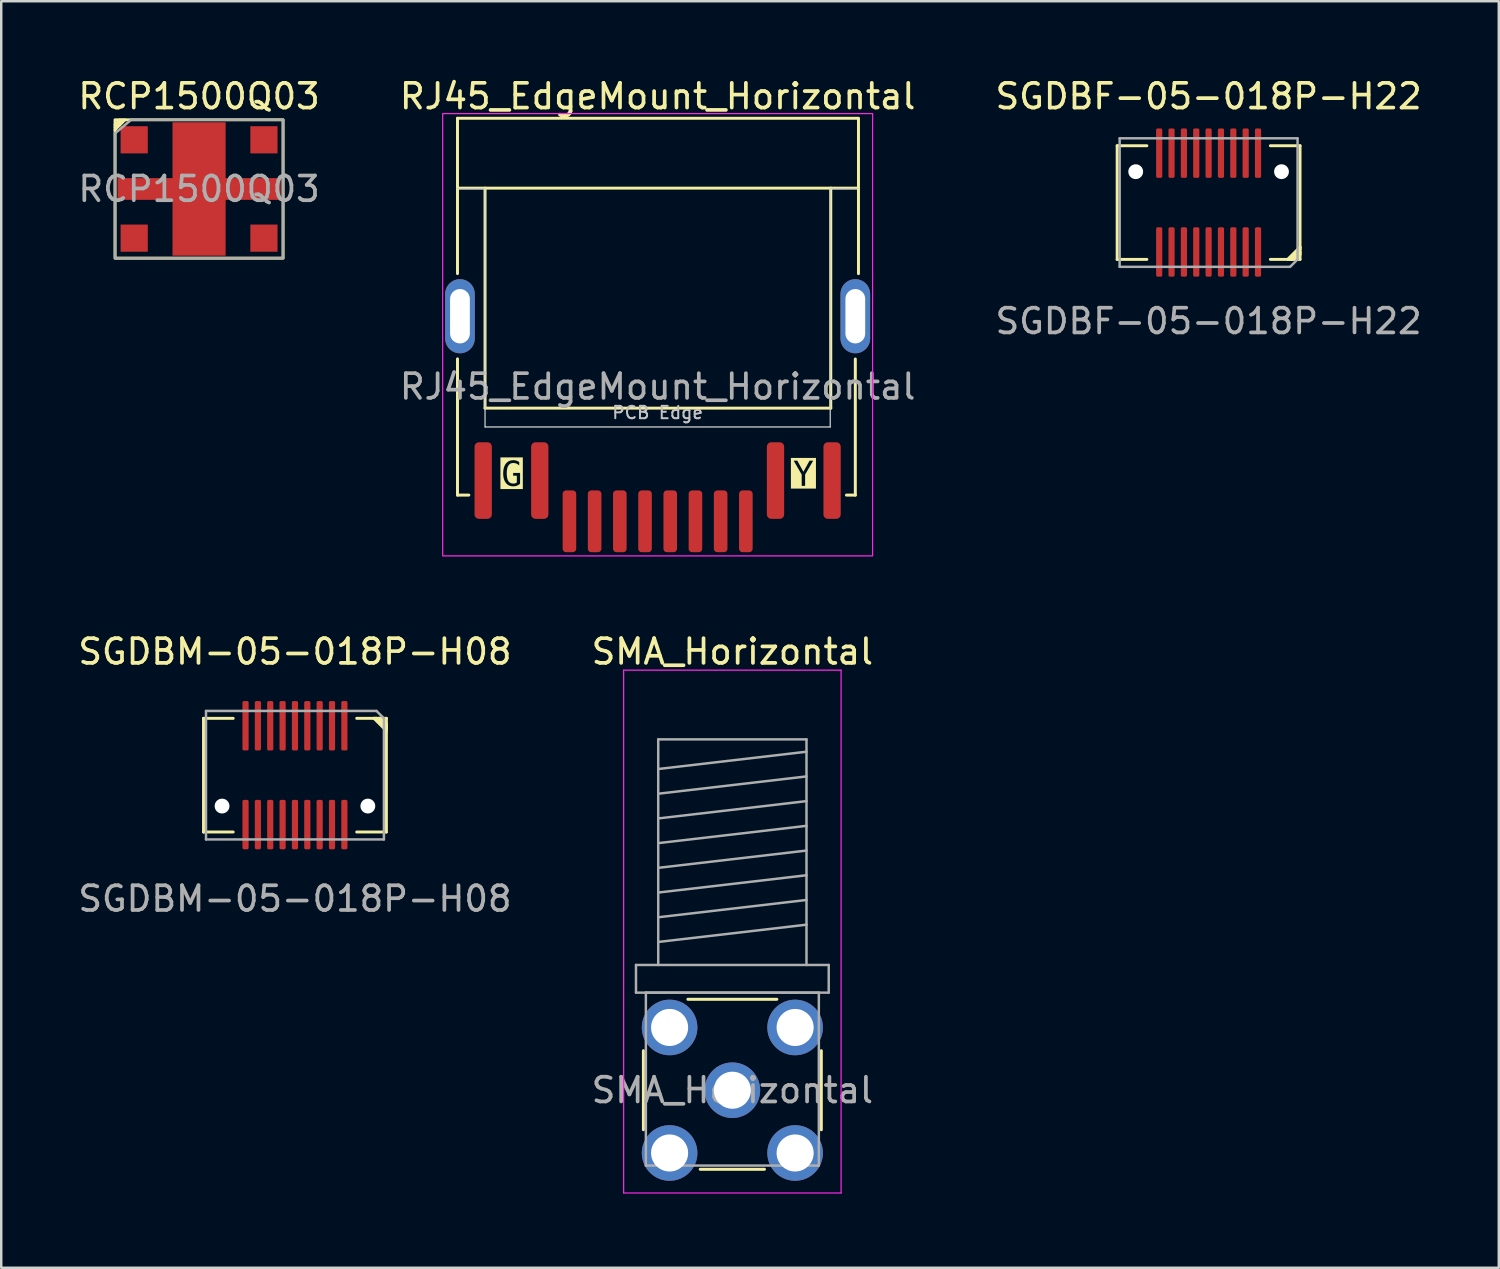
<source format=kicad_pcb>
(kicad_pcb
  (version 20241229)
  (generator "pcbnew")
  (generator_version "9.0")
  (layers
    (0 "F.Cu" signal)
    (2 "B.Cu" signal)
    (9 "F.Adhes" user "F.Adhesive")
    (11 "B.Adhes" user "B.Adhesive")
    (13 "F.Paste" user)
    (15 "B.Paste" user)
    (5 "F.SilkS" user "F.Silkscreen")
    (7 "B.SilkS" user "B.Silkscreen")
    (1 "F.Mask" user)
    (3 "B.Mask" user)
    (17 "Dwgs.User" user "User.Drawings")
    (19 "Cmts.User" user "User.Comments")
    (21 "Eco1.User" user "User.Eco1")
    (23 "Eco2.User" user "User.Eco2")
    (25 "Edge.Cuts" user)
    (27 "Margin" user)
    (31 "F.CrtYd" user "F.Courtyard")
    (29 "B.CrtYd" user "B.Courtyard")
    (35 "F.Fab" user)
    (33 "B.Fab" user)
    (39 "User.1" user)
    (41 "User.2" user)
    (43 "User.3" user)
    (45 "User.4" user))
  (footprint "SMA_Horizontal"
    (layer "F.Cu")
    (at 26.589 41.072)
    (property "Reference" "SMA_Horizontal" (at 0 -17.75 0) (unlocked yes) (layer "F.SilkS") (effects (font (size 1 1) (thickness 0.15))))
    (attr through_hole)
    (fp_line (start -3.6 -1.6) (end -3.6 1.6) (stroke (width 0.12) (type solid)) (layer "F.SilkS"))
    (fp_line (start -1.8 -3.68) (end 1.8 -3.68) (stroke (width 0.12) (type solid)) (layer "F.SilkS"))
    (fp_line (start -1.3 3.2) (end 1.3 3.2) (stroke (width 0.12) (type solid)) (layer "F.SilkS"))
    (fp_line (start 3.6 -1.6) (end 3.6 1.6) (stroke (width 0.12) (type solid)) (layer "F.SilkS"))
    (fp_line (start -4.4 -17) (end -4.4 4.16) (stroke (width 0.05) (type solid)) (layer "F.CrtYd"))
    (fp_line (start -4.4 -17) (end 4.4 -17) (stroke (width 0.05) (type solid)) (layer "F.CrtYd"))
    (fp_line (start 4.4 4.16) (end -4.4 4.16) (stroke (width 0.05) (type solid)) (layer "F.CrtYd"))
    (fp_line (start 4.4 4.16) (end 4.4 -17) (stroke (width 0.05) (type solid)) (layer "F.CrtYd"))
    (fp_line (start -3.9 -5.07) (end -3.9 -3.95) (stroke (width 0.1) (type solid)) (layer "F.Fab"))
    (fp_line (start -3.9 -3.95) (end 3.9 -3.95) (stroke (width 0.1) (type solid)) (layer "F.Fab"))
    (fp_line (start -3.5 -3.95) (end -3.5 3.05) (stroke (width 0.1) (type solid)) (layer "F.Fab"))
    (fp_line (start -3.5 -3.95) (end 3.5 -3.95) (stroke (width 0.1) (type solid)) (layer "F.Fab"))
    (fp_line (start -3.5 3.05) (end 3.5 3.05) (stroke (width 0.1) (type solid)) (layer "F.Fab"))
    (fp_line (start -3 -14.2) (end -3 -5.07) (stroke (width 0.1) (type solid)) (layer "F.Fab"))
    (fp_line (start -3 -14.2) (end 3 -14.2) (stroke (width 0.1) (type solid)) (layer "F.Fab"))
    (fp_line (start -3 -13) (end 3 -13.7) (stroke (width 0.1) (type solid)) (layer "F.Fab"))
    (fp_line (start -3 -12) (end 3 -12.7) (stroke (width 0.1) (type solid)) (layer "F.Fab"))
    (fp_line (start -3 -11) (end 3 -11.7) (stroke (width 0.1) (type solid)) (layer "F.Fab"))
    (fp_line (start -3 -10) (end 3 -10.7) (stroke (width 0.1) (type solid)) (layer "F.Fab"))
    (fp_line (start -3 -9) (end 3 -9.7) (stroke (width 0.1) (type solid)) (layer "F.Fab"))
    (fp_line (start -3 -8) (end 3 -8.7) (stroke (width 0.1) (type solid)) (layer "F.Fab"))
    (fp_line (start -3 -7) (end 3 -7.7) (stroke (width 0.1) (type solid)) (layer "F.Fab"))
    (fp_line (start -3 -6) (end 3 -6.7) (stroke (width 0.1) (type solid)) (layer "F.Fab"))
    (fp_line (start 3 -14.2) (end 3 -5.07) (stroke (width 0.1) (type solid)) (layer "F.Fab"))
    (fp_line (start 3.5 -3.95) (end 3.5 3.05) (stroke (width 0.1) (type solid)) (layer "F.Fab"))
    (fp_line (start 3.9 -5.07) (end -3.9 -5.07) (stroke (width 0.1) (type solid)) (layer "F.Fab"))
    (fp_line (start 3.9 -3.95) (end 3.9 -5.07) (stroke (width 0.1) (type solid)) (layer "F.Fab"))
    (fp_text user "${REFERENCE}" (at 0 0 0) (unlocked yes) (layer "F.Fab") (effects (font (size 1 1) (thickness 0.15))))
    (pad "1" thru_hole circle (at 0 0) (size 2.25 2.25) (drill 1.5) (layers "*.Cu" "*.Mask") (remove_unused_layers yes) (keep_end_layers yes) (zone_layer_connections))
    (pad "2" thru_hole circle (at -2.54 -2.54) (size 2.25 2.25) (drill 1.5) (layers "*.Cu" "*.Mask") (remove_unused_layers yes) (keep_end_layers yes) (zone_layer_connections))
    (pad "2" thru_hole circle (at -2.54 2.54) (size 2.25 2.25) (drill 1.5) (layers "*.Cu" "*.Mask") (remove_unused_layers yes) (keep_end_layers yes) (zone_layer_connections))
    (pad "2" thru_hole circle (at 2.54 -2.54) (size 2.25 2.25) (drill 1.5) (layers "*.Cu" "*.Mask") (remove_unused_layers yes) (keep_end_layers yes) (zone_layer_connections))
    (pad "2" thru_hole circle (at 2.54 2.54 90) (size 2.25 2.25) (drill 1.5) (layers "*.Cu" "*.Mask") (remove_unused_layers yes) (keep_end_layers yes) (zone_layer_connections)))
  (footprint "RCP1500Q03"
    (layer "F.Cu")
    (at 5.006 4.598)
    (property "Reference" "RCP1500Q03" (at 0 -3.75 0) (unlocked yes) (layer "F.SilkS") (effects (font (size 1 1) (thickness 0.15))))
    (attr smd)
    (fp_line (start -3.4 -2.6) (end -3.2 -2.8) (stroke (width 0.12) (type solid)) (layer "F.SilkS"))
    (fp_line (start -3.4 -2.5) (end -3.1 -2.8) (stroke (width 0.12) (type solid)) (layer "F.SilkS"))
    (fp_line (start -3.4 -2.4) (end -3 -2.8) (stroke (width 0.12) (type solid)) (layer "F.SilkS"))
    (fp_rect (start -3.4 2.8) (end 3.4 -2.8) (stroke (width 0.12) (type solid)) (fill no) (layer "F.SilkS"))
    (fp_line (start -3.4 -2.25) (end -3.4 2.8) (stroke (width 0.1) (type default)) (layer "F.Fab"))
    (fp_line (start -3.4 2.8) (end 3.4 2.8) (stroke (width 0.1) (type default)) (layer "F.Fab"))
    (fp_line (start -2.75 -2.8) (end -3.4 -2.25) (stroke (width 0.1) (type default)) (layer "F.Fab"))
    (fp_line (start -2.75 -2.8) (end 3.4 -2.8) (stroke (width 0.1) (type default)) (layer "F.Fab"))
    (fp_line (start 3.4 -2.8) (end 3.4 2.8) (stroke (width 0.1) (type default)) (layer "F.Fab"))
    (fp_text user "${REFERENCE}" (at 0 0 0) (unlocked yes) (layer "F.Fab") (effects (font (size 1 1) (thickness 0.15))))
    (pad "1" smd rect (at -2.625 -1.99) (size 1.1 1.1) (layers "F.Cu" "F.Mask" "F.Paste"))
    (pad "2" smd rect (at 2.625 -1.99) (size 1.1 1.1) (layers "F.Cu" "F.Mask" "F.Paste"))
    (pad "3" smd rect (at -2.625 1.99) (size 1.1 1.1) (layers "F.Cu" "F.Mask" "F.Paste"))
    (pad "4" smd rect (at 2.625 1.99) (size 1.1 1.1) (layers "F.Cu" "F.Mask" "F.Paste"))
    (pad "5" smd rect (at 0 0) (size 2.15 5.4) (layers "F.Cu" "F.Mask" "F.Paste"))
    (pad "5" smd rect (at 0 0) (size 6.6 0.88) (layers "F.Cu" "F.Mask" "F.Paste"))
    (zone (net_name "") (layers "F.Cu" "B.Cu") (hatch edge 0.5) (connect_pads) (min_thickness 0.25) (filled_areas_thickness no) (keepout (tracks allowed) (vias allowed) (pads allowed) (copperpour not_allowed) (footprints allowed)) (placement (enabled no)) (fill) (polygon (pts (xy 1.831 2.058) (xy 1.831 7.138) (xy 8.181 7.138) (xy 8.181 2.058)))))
  (footprint "RJ45_EdgeMount_Horizontal"
    (layer "F.Cu")
    (at 23.565 13.848)
    (property "Reference" "RJ45_EdgeMount_Horizontal" (at 0 -13 0) (layer "F.SilkS") (effects (font (size 1 1) (thickness 0.15))))
    (attr smd)
    (fp_line (start -8.1 -12.111) (end -8.1 -5.826) (stroke (width 0.12) (type solid)) (layer "F.SilkS"))
    (fp_line (start -8.1 -12.111) (end 8.1 -12.111) (stroke (width 0.12) (type solid)) (layer "F.SilkS"))
    (fp_line (start -8.1 -9.284) (end 8.128 -9.284) (stroke (width 0.12) (type solid)) (layer "F.SilkS"))
    (fp_line (start -8.1 -2.374) (end -8.1 3.139) (stroke (width 0.12) (type solid)) (layer "F.SilkS"))
    (fp_line (start -8.1 3.139) (end -7.641 3.139) (stroke (width 0.12) (type solid)) (layer "F.SilkS"))
    (fp_line (start -6.985 -0.381) (end -6.985 -9.284) (stroke (width 0.12) (type solid)) (layer "F.SilkS"))
    (fp_line (start 7.007 -9.284) (end 7.007 -0.381) (stroke (width 0.12) (type solid)) (layer "F.SilkS"))
    (fp_line (start 7.007 -0.381) (end -6.985 -0.381) (stroke (width 0.12) (type solid)) (layer "F.SilkS"))
    (fp_line (start 7.641 3.139) (end 8 3.139) (stroke (width 0.12) (type solid)) (layer "F.SilkS"))
    (fp_line (start 8 3.139) (end 8 -2.369) (stroke (width 0.12) (type solid)) (layer "F.SilkS"))
    (fp_line (start 8.128 -5.823) (end 8.128 -12.111) (stroke (width 0.12) (type solid)) (layer "F.SilkS"))
    (fp_line (start -8.128 -9.271) (end -6.985 -9.271) (stroke (width 0.05) (type solid)) (layer "Edge.Cuts"))
    (fp_line (start -6.985 -9.271) (end -6.985 0.381) (stroke (width 0.05) (type solid)) (layer "Edge.Cuts"))
    (fp_line (start -6.985 0.381) (end 6.985 0.381) (stroke (width 0.05) (type solid)) (layer "Edge.Cuts"))
    (fp_line (start 6.985 -9.271) (end 8.128 -9.271) (stroke (width 0.05) (type solid)) (layer "Edge.Cuts"))
    (fp_line (start 6.985 0.381) (end 6.985 -9.271) (stroke (width 0.05) (type solid)) (layer "Edge.Cuts"))
    (fp_rect (start -8.7 -12.3) (end 8.7 5.6) (stroke (width 0.05) (type solid)) (fill no) (layer "F.CrtYd"))
    (fp_text user "G" (at -5.9 2.35 0) (unlocked yes) (layer "F.SilkS" knockout) (effects (font (face "DejaVu Sans Mono") (size 1 1) (thickness 0.1))))
    (fp_text user "Y" (at 5.9 2.35 0) (unlocked yes) (layer "F.SilkS" knockout) (effects (font (face "DejaVu Sans Mono") (size 1 1) (thickness 0.1))))
    (fp_text user "PCB Edge" (at 0 -0.2 0) (layer "Dwgs.User") (effects (font (size 0.5 0.5) (thickness 0.08))))
    (fp_text user "${REFERENCE}" (at 0 -1.25 0) (layer "F.Fab") (effects (font (size 1 1) (thickness 0.15))))
    (pad "1" smd roundrect (at -3.57 4.2) (size 0.55 2.5) (layers "F.Cu" "F.Mask" "F.Paste") (roundrect_rratio 0.25))
    (pad "2" smd roundrect (at -2.55 4.2) (size 0.55 2.5) (layers "F.Cu" "F.Mask" "F.Paste") (roundrect_rratio 0.25))
    (pad "3" smd roundrect (at -1.53 4.2) (size 0.55 2.5) (layers "F.Cu" "F.Mask" "F.Paste") (roundrect_rratio 0.25))
    (pad "4" smd roundrect (at -0.51 4.2) (size 0.55 2.5) (layers "F.Cu" "F.Mask" "F.Paste") (roundrect_rratio 0.25))
    (pad "5" smd roundrect (at 0.51 4.2) (size 0.55 2.5) (layers "F.Cu" "F.Mask" "F.Paste") (roundrect_rratio 0.25))
    (pad "6" smd roundrect (at 1.53 4.2) (size 0.55 2.5) (layers "F.Cu" "F.Mask" "F.Paste") (roundrect_rratio 0.25))
    (pad "7" smd roundrect (at 2.55 4.2) (size 0.55 2.5) (layers "F.Cu" "F.Mask" "F.Paste") (roundrect_rratio 0.25))
    (pad "8" smd roundrect (at 3.57 4.2) (size 0.55 2.5) (layers "F.Cu" "F.Mask" "F.Paste") (roundrect_rratio 0.25))
    (pad "9" smd roundrect (at -7.06 2.55) (size 0.7 3.1) (layers "F.Cu" "F.Mask" "F.Paste") (roundrect_rratio 0.25))
    (pad "10" smd roundrect (at -4.77 2.55) (size 0.7 3.1) (layers "F.Cu" "F.Mask" "F.Paste") (roundrect_rratio 0.25))
    (pad "11" smd roundrect (at 4.77 2.55) (size 0.7 3.1) (layers "F.Cu" "F.Mask" "F.Paste") (roundrect_rratio 0.25))
    (pad "12" smd roundrect (at 7.06 2.55) (size 0.7 3.1) (layers "F.Cu" "F.Mask" "F.Paste") (roundrect_rratio 0.25))
    (pad "SH" thru_hole oval (at -8 -4.1) (size 1.2 3) (drill oval 0.8 2.2) (layers "*.Cu" "*.Mask" "F.Paste") (remove_unused_layers yes) (keep_end_layers yes) (zone_layer_connections))
    (pad "SH" thru_hole oval (at 8 -4.1) (size 1.2 3) (drill oval 0.8 2.2) (layers "*.Cu" "*.Mask" "F.Paste") (remove_unused_layers yes) (keep_end_layers yes) (zone_layer_connections)))
  (footprint "SGDBF-05-018P-H22"
    (layer "F.Cu")
    (at 45.863 5.148)
    (property "Reference" "SGDBF-05-018P-H22" (at 0 -4.3 0) (unlocked yes) (layer "F.SilkS") (effects (font (size 1 1) (thickness 0.15))))
    (attr smd)
    (fp_line (start -3.7 -2.3) (end -2.5 -2.3) (stroke (width 0.12) (type solid)) (layer "F.SilkS"))
    (fp_line (start -3.7 2.3) (end -3.7 -2.3) (stroke (width 0.12) (type solid)) (layer "F.SilkS"))
    (fp_line (start -2.5 2.3) (end -3.7 2.3) (stroke (width 0.12) (type solid)) (layer "F.SilkS"))
    (fp_line (start 2.5 2.3) (end 3.7 2.3) (stroke (width 0.12) (type solid)) (layer "F.SilkS"))
    (fp_line (start 3.3 2.3) (end 3.7 1.9) (stroke (width 0.12) (type solid)) (layer "F.SilkS"))
    (fp_line (start 3.4 2.3) (end 3.3 2.3) (stroke (width 0.12) (type solid)) (layer "F.SilkS"))
    (fp_line (start 3.5 2.3) (end 3.7 2.1) (stroke (width 0.12) (type solid)) (layer "F.SilkS"))
    (fp_line (start 3.7 -2.3) (end 2.5 -2.3) (stroke (width 0.12) (type solid)) (layer "F.SilkS"))
    (fp_line (start 3.7 1.8) (end 3.2 2.3) (stroke (width 0.12) (type solid)) (layer "F.SilkS"))
    (fp_line (start 3.7 1.9) (end 3.7 1.8) (stroke (width 0.12) (type solid)) (layer "F.SilkS"))
    (fp_line (start 3.7 2) (end 3.4 2.3) (stroke (width 0.12) (type solid)) (layer "F.SilkS"))
    (fp_line (start 3.7 2.1) (end 3.7 2) (stroke (width 0.12) (type solid)) (layer "F.SilkS"))
    (fp_line (start 3.7 2.3) (end 3.7 -2.3) (stroke (width 0.12) (type solid)) (layer "F.SilkS"))
    (fp_line (start -3.6 -2.6) (end 3.6 -2.6) (stroke (width 0.1) (type solid)) (layer "F.Fab"))
    (fp_line (start -3.6 2.6) (end -3.6 -2.6) (stroke (width 0.1) (type solid)) (layer "F.Fab"))
    (fp_line (start 3.3 2.6) (end -3.6 2.6) (stroke (width 0.1) (type solid)) (layer "F.Fab"))
    (fp_line (start 3.3 2.6) (end 3.6 2.3) (stroke (width 0.1) (type solid)) (layer "F.Fab"))
    (fp_line (start 3.6 -2.6) (end 3.6 2.3) (stroke (width 0.1) (type solid)) (layer "F.Fab"))
    (fp_text user "${REFERENCE}" (at 0 4.8 0) (unlocked yes) (layer "F.Fab") (effects (font (size 1 1) (thickness 0.15))))
    (pad "" np_thru_hole circle (at -2.95 -1.25 270) (size 0.6 0.6) (drill 0.6) (layers "*.Cu" "*.Mask"))
    (pad "" np_thru_hole circle (at 2.95 -1.25 270) (size 0.6 0.6) (drill 0.6) (layers "*.Cu" "*.Mask"))
    (pad "1" smd roundrect (at 2 2 270) (size 2 0.25) (layers "F.Cu" "F.Mask" "F.Paste") (roundrect_rratio 0.25))
    (pad "2" smd roundrect (at 2 -2 270) (size 2 0.25) (layers "F.Cu" "F.Mask" "F.Paste") (roundrect_rratio 0.25))
    (pad "3" smd roundrect (at 1.5 2 270) (size 2 0.25) (layers "F.Cu" "F.Mask" "F.Paste") (roundrect_rratio 0.25))
    (pad "4" smd roundrect (at 1.5 -2 270) (size 2 0.25) (layers "F.Cu" "F.Mask" "F.Paste") (roundrect_rratio 0.25))
    (pad "5" smd roundrect (at 1 2 270) (size 2 0.25) (layers "F.Cu" "F.Mask" "F.Paste") (roundrect_rratio 0.25))
    (pad "6" smd roundrect (at 1 -2 270) (size 2 0.25) (layers "F.Cu" "F.Mask" "F.Paste") (roundrect_rratio 0.25))
    (pad "7" smd roundrect (at 0.5 2 270) (size 2 0.25) (layers "F.Cu" "F.Mask" "F.Paste") (roundrect_rratio 0.25))
    (pad "8" smd roundrect (at 0.5 -2 270) (size 2 0.25) (layers "F.Cu" "F.Mask" "F.Paste") (roundrect_rratio 0.25))
    (pad "9" smd roundrect (at 0 2 270) (size 2 0.25) (layers "F.Cu" "F.Mask" "F.Paste") (roundrect_rratio 0.25))
    (pad "10" smd roundrect (at 0 -2 270) (size 2 0.25) (layers "F.Cu" "F.Mask" "F.Paste") (roundrect_rratio 0.25))
    (pad "11" smd roundrect (at -0.5 2 270) (size 2 0.25) (layers "F.Cu" "F.Mask" "F.Paste") (roundrect_rratio 0.25))
    (pad "12" smd roundrect (at -0.5 -2 270) (size 2 0.25) (layers "F.Cu" "F.Mask" "F.Paste") (roundrect_rratio 0.25))
    (pad "13" smd roundrect (at -1 2 270) (size 2 0.25) (layers "F.Cu" "F.Mask" "F.Paste") (roundrect_rratio 0.25))
    (pad "14" smd roundrect (at -1 -2 270) (size 2 0.25) (layers "F.Cu" "F.Mask" "F.Paste") (roundrect_rratio 0.25))
    (pad "15" smd roundrect (at -1.5 2 270) (size 2 0.25) (layers "F.Cu" "F.Mask" "F.Paste") (roundrect_rratio 0.25))
    (pad "16" smd roundrect (at -1.5 -2 270) (size 2 0.25) (layers "F.Cu" "F.Mask" "F.Paste") (roundrect_rratio 0.25))
    (pad "17" smd roundrect (at -2 2 270) (size 2 0.25) (layers "F.Cu" "F.Mask" "F.Paste") (roundrect_rratio 0.25))
    (pad "18" smd roundrect (at -2 -2 270) (size 2 0.25) (layers "F.Cu" "F.Mask" "F.Paste") (roundrect_rratio 0.25)))
  (footprint "SGDBM-05-018P-H08"
    (layer "F.Cu")
    (at 8.887 28.322)
    (property "Reference" "SGDBM-05-018P-H08" (at 0 -5 0) (unlocked yes) (layer "F.SilkS") (effects (font (size 1 1) (thickness 0.15))))
    (attr smd)
    (fp_line (start -3.7 -2.3) (end -3.7 2.3) (stroke (width 0.12) (type solid)) (layer "F.SilkS"))
    (fp_line (start -3.7 2.3) (end -2.5 2.3) (stroke (width 0.12) (type solid)) (layer "F.SilkS"))
    (fp_line (start -2.5 -2.3) (end -3.7 -2.3) (stroke (width 0.12) (type solid)) (layer "F.SilkS"))
    (fp_line (start 2.5 -2.3) (end 3.7 -2.3) (stroke (width 0.12) (type solid)) (layer "F.SilkS"))
    (fp_line (start 3.2 -2.3) (end 3.7 -1.8) (stroke (width 0.12) (type solid)) (layer "F.SilkS"))
    (fp_line (start 3.3 -2.3) (end 3.2 -2.3) (stroke (width 0.12) (type solid)) (layer "F.SilkS"))
    (fp_line (start 3.4 -2.3) (end 3.7 -2) (stroke (width 0.12) (type solid)) (layer "F.SilkS"))
    (fp_line (start 3.5 -2.3) (end 3.4 -2.3) (stroke (width 0.12) (type solid)) (layer "F.SilkS"))
    (fp_line (start 3.7 -2.3) (end 3.7 2.3) (stroke (width 0.12) (type solid)) (layer "F.SilkS"))
    (fp_line (start 3.7 -2.1) (end 3.5 -2.3) (stroke (width 0.12) (type solid)) (layer "F.SilkS"))
    (fp_line (start 3.7 -2) (end 3.7 -1.9) (stroke (width 0.12) (type solid)) (layer "F.SilkS"))
    (fp_line (start 3.7 -1.9) (end 3.3 -2.3) (stroke (width 0.12) (type solid)) (layer "F.SilkS"))
    (fp_line (start 3.7 2.3) (end 2.5 2.3) (stroke (width 0.12) (type solid)) (layer "F.SilkS"))
    (fp_line (start -3.6 -2.6) (end 3.3 -2.6) (stroke (width 0.1) (type solid)) (layer "F.Fab"))
    (fp_line (start -3.6 2.6) (end -3.6 -2.6) (stroke (width 0.1) (type solid)) (layer "F.Fab"))
    (fp_line (start 3.3 -2.6) (end 3.6 -2.3) (stroke (width 0.1) (type solid)) (layer "F.Fab"))
    (fp_line (start 3.6 -2.3) (end 3.6 2.6) (stroke (width 0.1) (type solid)) (layer "F.Fab"))
    (fp_line (start 3.6 2.6) (end -3.6 2.6) (stroke (width 0.1) (type solid)) (layer "F.Fab"))
    (fp_text user "${REFERENCE}" (at 0 5 0) (unlocked yes) (layer "F.Fab") (effects (font (size 1 1) (thickness 0.15))))
    (pad "" np_thru_hole circle (at -2.95 1.25 90) (size 0.6 0.6) (drill 0.6) (layers "*.Cu" "*.Mask"))
    (pad "" np_thru_hole circle (at 2.95 1.25 90) (size 0.6 0.6) (drill 0.6) (layers "*.Cu" "*.Mask"))
    (pad "1" smd roundrect (at 2 -2 90) (size 2 0.25) (layers "F.Cu" "F.Mask" "F.Paste") (roundrect_rratio 0.25))
    (pad "2" smd roundrect (at 2 2 90) (size 2 0.25) (layers "F.Cu" "F.Mask" "F.Paste") (roundrect_rratio 0.25))
    (pad "3" smd roundrect (at 1.5 -2 90) (size 2 0.25) (layers "F.Cu" "F.Mask" "F.Paste") (roundrect_rratio 0.25))
    (pad "4" smd roundrect (at 1.5 2 90) (size 2 0.25) (layers "F.Cu" "F.Mask" "F.Paste") (roundrect_rratio 0.25))
    (pad "5" smd roundrect (at 1 -2 90) (size 2 0.25) (layers "F.Cu" "F.Mask" "F.Paste") (roundrect_rratio 0.25))
    (pad "6" smd roundrect (at 1 2 90) (size 2 0.25) (layers "F.Cu" "F.Mask" "F.Paste") (roundrect_rratio 0.25))
    (pad "7" smd roundrect (at 0.5 -2 90) (size 2 0.25) (layers "F.Cu" "F.Mask" "F.Paste") (roundrect_rratio 0.25))
    (pad "8" smd roundrect (at 0.5 2 90) (size 2 0.25) (layers "F.Cu" "F.Mask" "F.Paste") (roundrect_rratio 0.25))
    (pad "9" smd roundrect (at 0 -2 90) (size 2 0.25) (layers "F.Cu" "F.Mask" "F.Paste") (roundrect_rratio 0.25))
    (pad "10" smd roundrect (at 0 2 90) (size 2 0.25) (layers "F.Cu" "F.Mask" "F.Paste") (roundrect_rratio 0.25))
    (pad "11" smd roundrect (at -0.5 -2 90) (size 2 0.25) (layers "F.Cu" "F.Mask" "F.Paste") (roundrect_rratio 0.25))
    (pad "12" smd roundrect (at -0.5 2 90) (size 2 0.25) (layers "F.Cu" "F.Mask" "F.Paste") (roundrect_rratio 0.25))
    (pad "13" smd roundrect (at -1 -2 90) (size 2 0.25) (layers "F.Cu" "F.Mask" "F.Paste") (roundrect_rratio 0.25))
    (pad "14" smd roundrect (at -1 2 90) (size 2 0.25) (layers "F.Cu" "F.Mask" "F.Paste") (roundrect_rratio 0.25))
    (pad "15" smd roundrect (at -1.5 -2 90) (size 2 0.25) (layers "F.Cu" "F.Mask" "F.Paste") (roundrect_rratio 0.25))
    (pad "16" smd roundrect (at -1.5 2 90) (size 2 0.25) (layers "F.Cu" "F.Mask" "F.Paste") (roundrect_rratio 0.25))
    (pad "17" smd roundrect (at -2 -2 90) (size 2 0.25) (layers "F.Cu" "F.Mask" "F.Paste") (roundrect_rratio 0.25))
    (pad "18" smd roundrect (at -2 2 90) (size 2 0.25) (layers "F.Cu" "F.Mask" "F.Paste") (roundrect_rratio 0.25)))
  (gr_rect
    (start -3 -3)
    (end 57.607 48.257)
    (stroke (width 0.1) (type default))
    (fill no)
    (layer "Edge.Cuts")))
</source>
